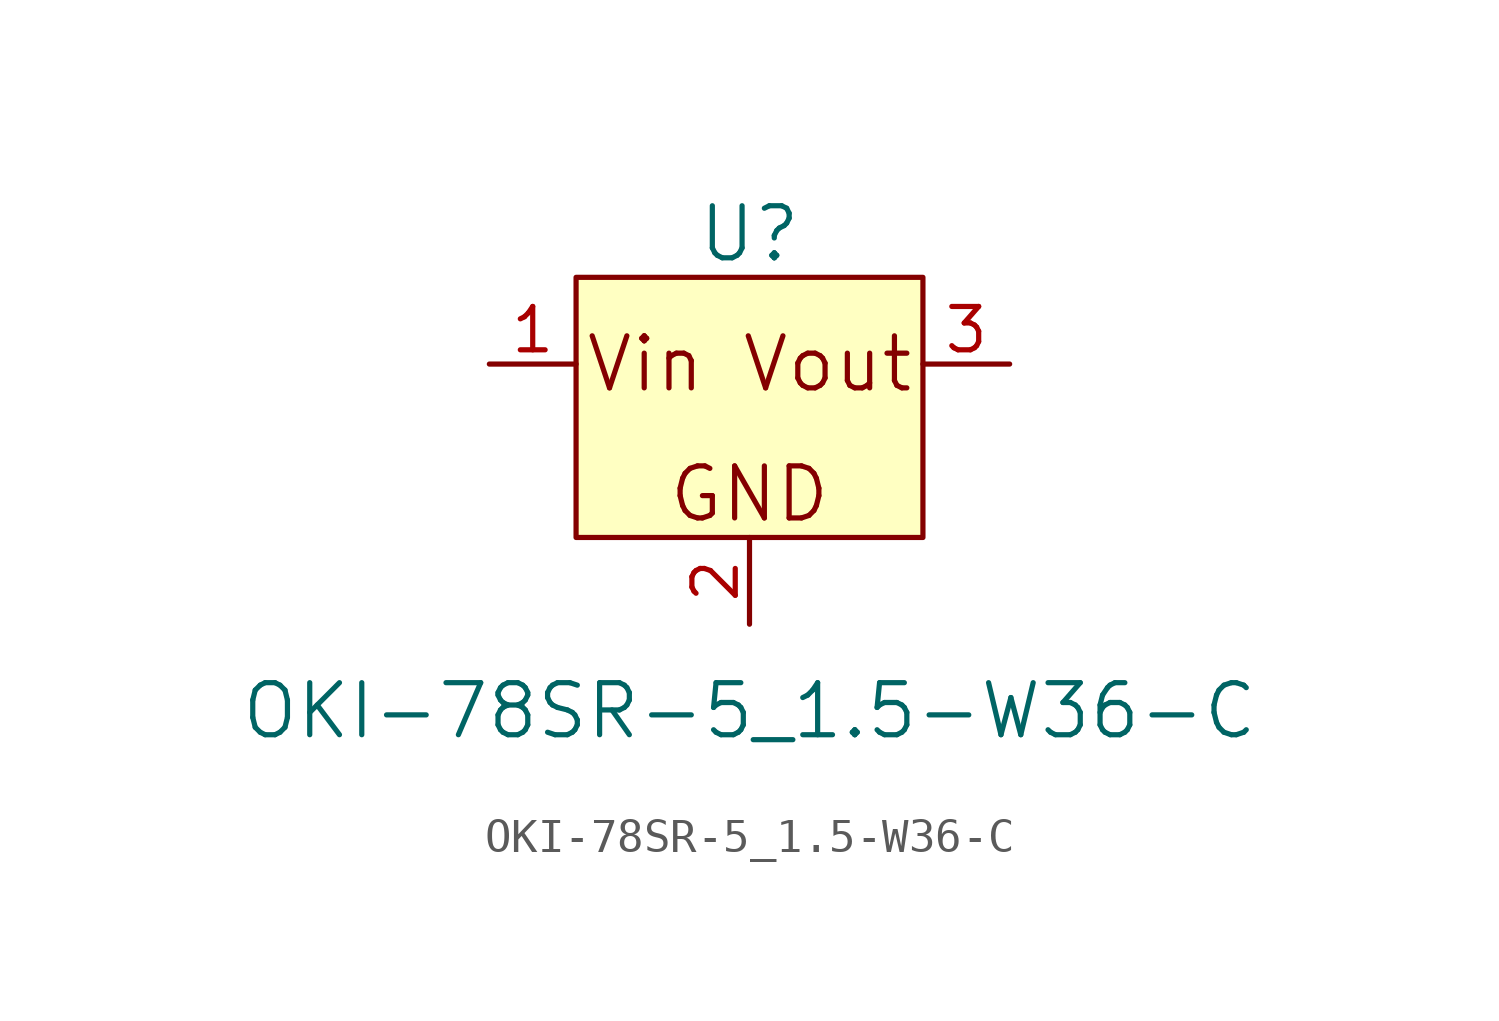
<source format=kicad_sym>
(kicad_symbol_lib
  (version 20241209)
  (generator "kicad_symbol_editor")
  (generator_version "9.0")
  (symbol "OKI-78SR-5_1.5-W36-C"
    (pin_names
      (offset 0)
      (hide yes))
    (property "Reference" "U"
      (at 0 3.81 0)
      (effects (font (size 1.524 1.524))))
    (property "Value" "OKI-78SR-5_1.5-W36-C"
      (at 0 -10.16 0)
      (effects (font (size 1.524 1.524))))
    (symbol "OKI-78SR-5_1.5-W36-C_0_0"
      (text "Vin" (at -3.048 0 0) (effects (font (size 1.524 1.524))))
      (text "GND" (at 0 -3.81 0) (effects (font (size 1.524 1.524))))
      (text "Vout" (at 2.286 0 0) (effects (font (size 1.524 1.524)))))
    (symbol "OKI-78SR-5_1.5-W36-C_0_1"
      (rectangle (start -5.08 -5.08) (end 5.08 2.54) (stroke (width 0) (type default)) (fill (type background))))
    (symbol "OKI-78SR-5_1.5-W36-C_1_1"
      (pin input line (at -7.62 0 0) (length 2.54) (name "Vin" (effects (font (size 1.27 1.27)))) (number "1" (effects (font (size 1.27 1.27)))))
      (pin input line (at 0 -7.62 90) (length 2.54) (name "GND" (effects (font (size 1.27 1.27)))) (number "2" (effects (font (size 1.27 1.27)))))
      (pin input line (at 7.62 0 180) (length 2.54) (name "Vout" (effects (font (size 1.27 1.27)))) (number "3" (effects (font (size 1.27 1.27))))))))
</source>
